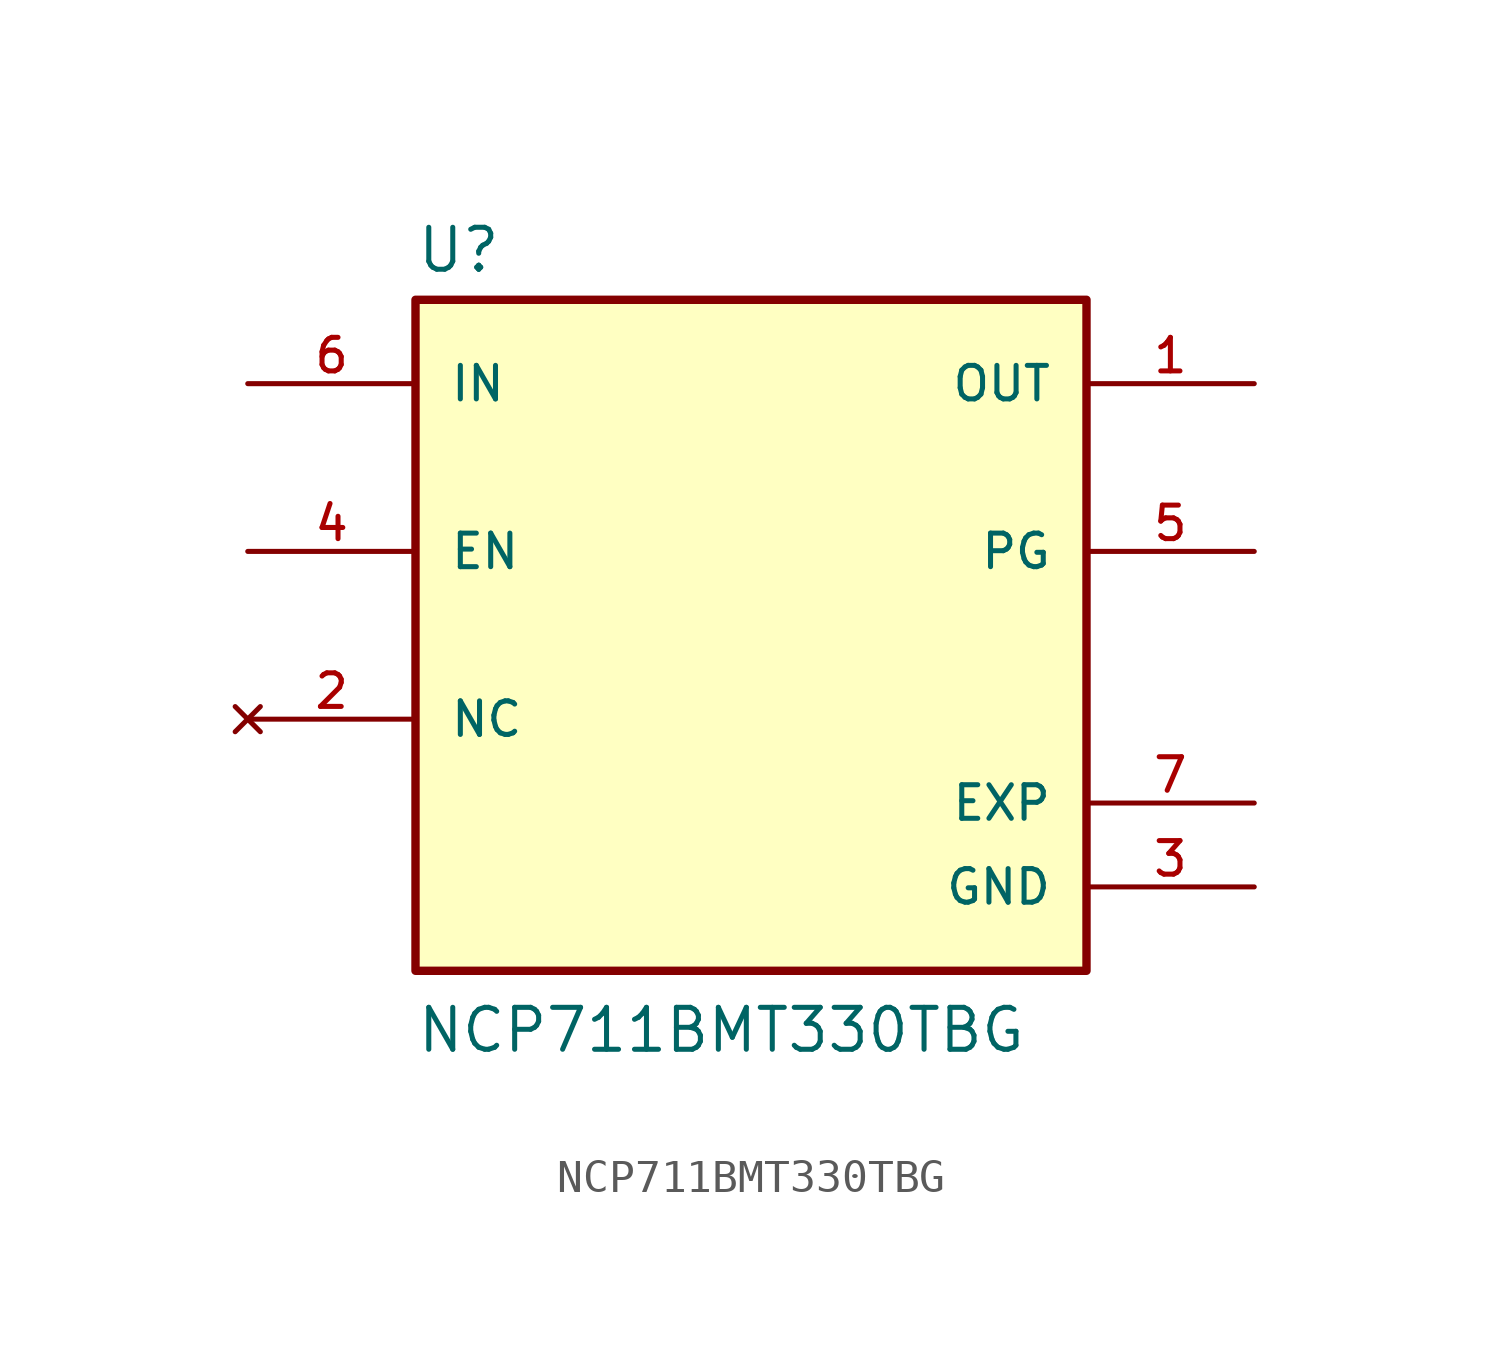
<source format=kicad_sym>
(kicad_symbol_lib
  (version 20231120)
  (generator "kicad_symbol_editor")
  (generator_version "8.0")
  (symbol "NCP711BMT330TBG"
    (pin_names
      (offset 1.016))
    (property "Reference" "U"
      (at -10.16 10.922 0)
      (effects (font (size 1.27 1.27)) (justify left bottom)))
    (property "Value" "NCP711BMT330TBG"
      (at -10.16 -12.7 0)
      (effects (font (size 1.27 1.27)) (justify left bottom)))
    (symbol "NCP711BMT330TBG_0_0"
      (rectangle (start -10.16 10.16) (end 10.16 -10.16) (stroke (width 0.254) (type default)) (fill (type background)))
      (pin output line (at 15.24 7.62 180) (length 5.08) (name "OUT" (effects (font (size 1.016 1.016)))) (number "1" (effects (font (size 1.016 1.016)))))
      (pin no_connect line (at -15.24 -2.54 0) (length 5.08) (name "NC" (effects (font (size 1.016 1.016)))) (number "2" (effects (font (size 1.016 1.016)))))
      (pin power_in line (at 15.24 -7.62 180) (length 5.08) (name "GND" (effects (font (size 1.016 1.016)))) (number "3" (effects (font (size 1.016 1.016)))))
      (pin input line (at -15.24 2.54 0) (length 5.08) (name "EN" (effects (font (size 1.016 1.016)))) (number "4" (effects (font (size 1.016 1.016)))))
      (pin output line (at 15.24 2.54 180) (length 5.08) (name "PG" (effects (font (size 1.016 1.016)))) (number "5" (effects (font (size 1.016 1.016)))))
      (pin input line (at -15.24 7.62 0) (length 5.08) (name "IN" (effects (font (size 1.016 1.016)))) (number "6" (effects (font (size 1.016 1.016)))))
      (pin power_in line (at 15.24 -5.08 180) (length 5.08) (name "EXP" (effects (font (size 1.016 1.016)))) (number "7" (effects (font (size 1.016 1.016))))))))
</source>
